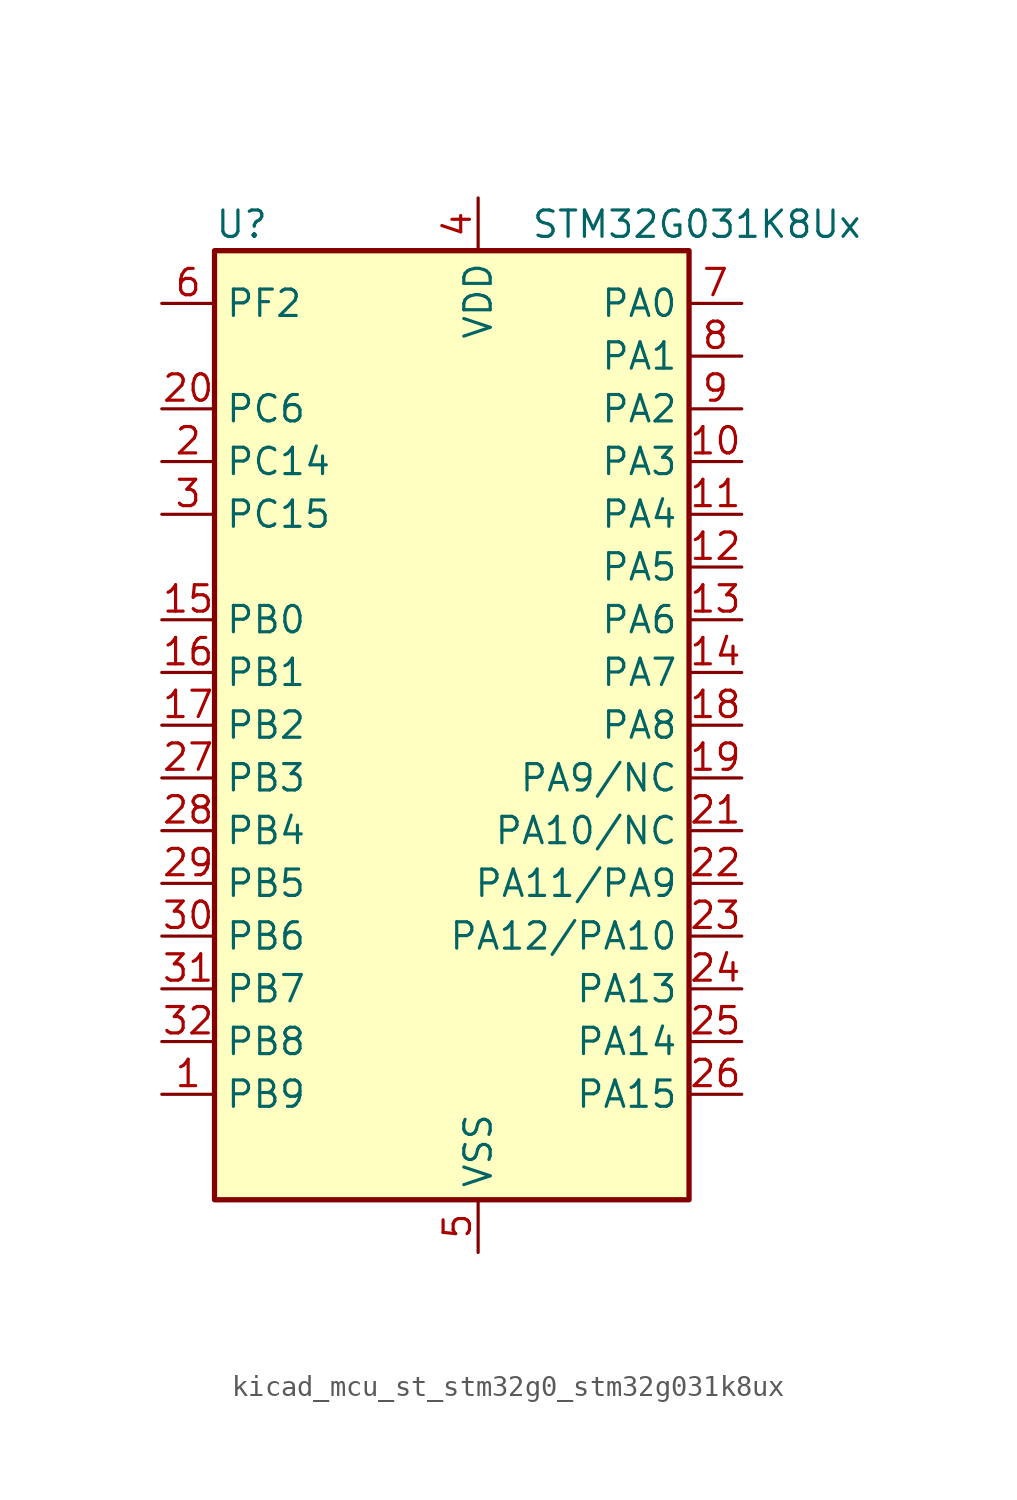
<source format=kicad_sym>
(kicad_symbol_lib
  (version 20220914)
  (generator kicad_symbol_editor)
  (symbol "kicad_mcu_st_stm32g0_stm32g031k8ux"
    (property "Reference" "U"
      (at -10.16 24.13 0)
      (effects (font (size 1.27 1.27)) (justify left)))
    (property "Value" "STM32G031K8Ux"
      (at 5.08 24.13 0)
      (effects (font (size 1.27 1.27)) (justify left)))
    (property "ki_locked" ""
      (at 0 0 0)
      (effects (font (size 1.27 1.27))))
    (symbol "kicad_mcu_st_stm32g0_stm32g031k8ux_0_1"
      (rectangle (start -10.16 -22.86) (end 12.7 22.86) (stroke (width 0.254) (type default)) (fill (type background))))
    (symbol "kicad_mcu_st_stm32g0_stm32g031k8ux_1_1"
      (pin bidirectional line (at -12.7 -17.78 0) (length 2.54) (name "PB9" (effects (font (size 1.27 1.27)))) (number "1" (effects (font (size 1.27 1.27)))) (alternate "I2C1_SDA" bidirectional line) (alternate "IR_OUT" bidirectional line) (alternate "SPI2_NSS" bidirectional line) (alternate "TIM17_CH1" bidirectional line))
      (pin bidirectional line (at 15.24 12.7 180) (length 2.54) (name "PA3" (effects (font (size 1.27 1.27)))) (number "10" (effects (font (size 1.27 1.27)))) (alternate "ADC1_IN3" bidirectional line) (alternate "LPUART1_RX" bidirectional line) (alternate "SPI2_MISO" bidirectional line) (alternate "TIM2_CH4" bidirectional line) (alternate "USART2_RX" bidirectional line))
      (pin bidirectional line (at 15.24 10.16 180) (length 2.54) (name "PA4" (effects (font (size 1.27 1.27)))) (number "11" (effects (font (size 1.27 1.27)))) (alternate "ADC1_IN4" bidirectional line) (alternate "I2S1_WS" bidirectional line) (alternate "LPTIM2_OUT" bidirectional line) (alternate "RTC_OUT_ALARM" bidirectional line) (alternate "RTC_OUT_CALIB" bidirectional line) (alternate "RTC_TAMP_IN1" bidirectional line) (alternate "RTC_TS" bidirectional line) (alternate "SPI1_NSS" bidirectional line) (alternate "SPI2_MOSI" bidirectional line) (alternate "SYS_WKUP2" bidirectional line) (alternate "TIM14_CH1" bidirectional line))
      (pin bidirectional line (at 15.24 7.62 180) (length 2.54) (name "PA5" (effects (font (size 1.27 1.27)))) (number "12" (effects (font (size 1.27 1.27)))) (alternate "ADC1_IN5" bidirectional line) (alternate "I2S1_CK" bidirectional line) (alternate "LPTIM2_ETR" bidirectional line) (alternate "SPI1_SCK" bidirectional line) (alternate "TIM2_CH1" bidirectional line) (alternate "TIM2_ETR" bidirectional line))
      (pin bidirectional line (at 15.24 5.08 180) (length 2.54) (name "PA6" (effects (font (size 1.27 1.27)))) (number "13" (effects (font (size 1.27 1.27)))) (alternate "ADC1_IN6" bidirectional line) (alternate "I2S1_MCK" bidirectional line) (alternate "LPUART1_CTS" bidirectional line) (alternate "SPI1_MISO" bidirectional line) (alternate "TIM16_CH1" bidirectional line) (alternate "TIM1_BK" bidirectional line) (alternate "TIM3_CH1" bidirectional line))
      (pin bidirectional line (at 15.24 2.54 180) (length 2.54) (name "PA7" (effects (font (size 1.27 1.27)))) (number "14" (effects (font (size 1.27 1.27)))) (alternate "ADC1_IN7" bidirectional line) (alternate "I2S1_SD" bidirectional line) (alternate "SPI1_MOSI" bidirectional line) (alternate "TIM14_CH1" bidirectional line) (alternate "TIM17_CH1" bidirectional line) (alternate "TIM1_CH1N" bidirectional line) (alternate "TIM3_CH2" bidirectional line))
      (pin bidirectional line (at -12.7 5.08 0) (length 2.54) (name "PB0" (effects (font (size 1.27 1.27)))) (number "15" (effects (font (size 1.27 1.27)))) (alternate "ADC1_IN8" bidirectional line) (alternate "I2S1_WS" bidirectional line) (alternate "LPTIM1_OUT" bidirectional line) (alternate "SPI1_NSS" bidirectional line) (alternate "TIM1_CH2N" bidirectional line) (alternate "TIM3_CH3" bidirectional line))
      (pin bidirectional line (at -12.7 2.54 0) (length 2.54) (name "PB1" (effects (font (size 1.27 1.27)))) (number "16" (effects (font (size 1.27 1.27)))) (alternate "ADC1_IN9" bidirectional line) (alternate "LPTIM2_IN1" bidirectional line) (alternate "LPUART1_DE" bidirectional line) (alternate "LPUART1_RTS" bidirectional line) (alternate "TIM14_CH1" bidirectional line) (alternate "TIM1_CH3N" bidirectional line) (alternate "TIM3_CH4" bidirectional line))
      (pin bidirectional line (at -12.7 0 0) (length 2.54) (name "PB2" (effects (font (size 1.27 1.27)))) (number "17" (effects (font (size 1.27 1.27)))) (alternate "ADC1_IN10" bidirectional line) (alternate "LPTIM1_OUT" bidirectional line) (alternate "SPI2_MISO" bidirectional line))
      (pin bidirectional line (at 15.24 0 180) (length 2.54) (name "PA8" (effects (font (size 1.27 1.27)))) (number "18" (effects (font (size 1.27 1.27)))) (alternate "LPTIM2_OUT" bidirectional line) (alternate "RCC_MCO" bidirectional line) (alternate "SPI2_NSS" bidirectional line) (alternate "TIM1_CH1" bidirectional line))
      (pin bidirectional line (at 15.24 -2.54 180) (length 2.54) (name "PA9/NC" (effects (font (size 1.27 1.27)))) (number "19" (effects (font (size 1.27 1.27)))) (alternate "I2C1_SCL" bidirectional line) (alternate "RCC_MCO" bidirectional line) (alternate "SPI2_MISO" bidirectional line) (alternate "TIM1_CH2" bidirectional line) (alternate "USART1_TX" bidirectional line))
      (pin bidirectional line (at -12.7 12.7 0) (length 2.54) (name "PC14" (effects (font (size 1.27 1.27)))) (number "2" (effects (font (size 1.27 1.27)))) (alternate "RCC_OSC32_IN" bidirectional line) (alternate "RCC_OSC_IN" bidirectional line) (alternate "TIM1_BK2" bidirectional line))
      (pin bidirectional line (at -12.7 15.24 0) (length 2.54) (name "PC6" (effects (font (size 1.27 1.27)))) (number "20" (effects (font (size 1.27 1.27)))) (alternate "TIM2_CH3" bidirectional line) (alternate "TIM3_CH1" bidirectional line))
      (pin bidirectional line (at 15.24 -5.08 180) (length 2.54) (name "PA10/NC" (effects (font (size 1.27 1.27)))) (number "21" (effects (font (size 1.27 1.27)))) (alternate "I2C1_SDA" bidirectional line) (alternate "SPI2_MOSI" bidirectional line) (alternate "TIM17_BK" bidirectional line) (alternate "TIM1_CH3" bidirectional line) (alternate "USART1_RX" bidirectional line))
      (pin bidirectional line (at 15.24 -7.62 180) (length 2.54) (name "PA11/PA9" (effects (font (size 1.27 1.27)))) (number "22" (effects (font (size 1.27 1.27)))) (alternate "ADC1_EXTI11" bidirectional line) (alternate "ADC1_IN15" bidirectional line) (alternate "I2C2_SCL" bidirectional line) (alternate "I2S1_MCK" bidirectional line) (alternate "SPI1_MISO" bidirectional line) (alternate "TIM1_BK2" bidirectional line) (alternate "TIM1_CH4" bidirectional line) (alternate "USART1_CTS" bidirectional line) (alternate "USART1_NSS" bidirectional line))
      (pin bidirectional line (at 15.24 -10.16 180) (length 2.54) (name "PA12/PA10" (effects (font (size 1.27 1.27)))) (number "23" (effects (font (size 1.27 1.27)))) (alternate "ADC1_IN16" bidirectional line) (alternate "I2C2_SDA" bidirectional line) (alternate "I2S1_SD" bidirectional line) (alternate "I2S_CKIN" bidirectional line) (alternate "SPI1_MOSI" bidirectional line) (alternate "TIM1_ETR" bidirectional line) (alternate "USART1_CK" bidirectional line) (alternate "USART1_DE" bidirectional line) (alternate "USART1_RTS" bidirectional line))
      (pin bidirectional line (at 15.24 -12.7 180) (length 2.54) (name "PA13" (effects (font (size 1.27 1.27)))) (number "24" (effects (font (size 1.27 1.27)))) (alternate "ADC1_IN17" bidirectional line) (alternate "IR_OUT" bidirectional line) (alternate "SYS_SWDIO" bidirectional line))
      (pin bidirectional line (at 15.24 -15.24 180) (length 2.54) (name "PA14" (effects (font (size 1.27 1.27)))) (number "25" (effects (font (size 1.27 1.27)))) (alternate "ADC1_IN18" bidirectional line) (alternate "SYS_SWCLK" bidirectional line) (alternate "USART2_TX" bidirectional line))
      (pin bidirectional line (at 15.24 -17.78 180) (length 2.54) (name "PA15" (effects (font (size 1.27 1.27)))) (number "26" (effects (font (size 1.27 1.27)))) (alternate "I2S1_WS" bidirectional line) (alternate "SPI1_NSS" bidirectional line) (alternate "TIM2_CH1" bidirectional line) (alternate "TIM2_ETR" bidirectional line) (alternate "USART2_RX" bidirectional line))
      (pin bidirectional line (at -12.7 -2.54 0) (length 2.54) (name "PB3" (effects (font (size 1.27 1.27)))) (number "27" (effects (font (size 1.27 1.27)))) (alternate "I2S1_CK" bidirectional line) (alternate "SPI1_SCK" bidirectional line) (alternate "TIM1_CH2" bidirectional line) (alternate "TIM2_CH2" bidirectional line) (alternate "USART1_CK" bidirectional line) (alternate "USART1_DE" bidirectional line) (alternate "USART1_RTS" bidirectional line))
      (pin bidirectional line (at -12.7 -5.08 0) (length 2.54) (name "PB4" (effects (font (size 1.27 1.27)))) (number "28" (effects (font (size 1.27 1.27)))) (alternate "I2S1_MCK" bidirectional line) (alternate "SPI1_MISO" bidirectional line) (alternate "TIM17_BK" bidirectional line) (alternate "TIM3_CH1" bidirectional line) (alternate "USART1_CTS" bidirectional line) (alternate "USART1_NSS" bidirectional line))
      (pin bidirectional line (at -12.7 -7.62 0) (length 2.54) (name "PB5" (effects (font (size 1.27 1.27)))) (number "29" (effects (font (size 1.27 1.27)))) (alternate "I2C1_SMBA" bidirectional line) (alternate "I2S1_SD" bidirectional line) (alternate "LPTIM1_IN1" bidirectional line) (alternate "SPI1_MOSI" bidirectional line) (alternate "SYS_WKUP6" bidirectional line) (alternate "TIM16_BK" bidirectional line) (alternate "TIM3_CH2" bidirectional line))
      (pin bidirectional line (at -12.7 10.16 0) (length 2.54) (name "PC15" (effects (font (size 1.27 1.27)))) (number "3" (effects (font (size 1.27 1.27)))) (alternate "RCC_OSC32_EN" bidirectional line) (alternate "RCC_OSC32_OUT" bidirectional line) (alternate "RCC_OSC_EN" bidirectional line))
      (pin bidirectional line (at -12.7 -10.16 0) (length 2.54) (name "PB6" (effects (font (size 1.27 1.27)))) (number "30" (effects (font (size 1.27 1.27)))) (alternate "I2C1_SCL" bidirectional line) (alternate "LPTIM1_ETR" bidirectional line) (alternate "SPI2_MISO" bidirectional line) (alternate "TIM16_CH1N" bidirectional line) (alternate "TIM1_CH3" bidirectional line) (alternate "USART1_TX" bidirectional line))
      (pin bidirectional line (at -12.7 -12.7 0) (length 2.54) (name "PB7" (effects (font (size 1.27 1.27)))) (number "31" (effects (font (size 1.27 1.27)))) (alternate "ADC1_IN11" bidirectional line) (alternate "I2C1_SDA" bidirectional line) (alternate "LPTIM1_IN2" bidirectional line) (alternate "SPI2_MOSI" bidirectional line) (alternate "SYS_PVD_IN" bidirectional line) (alternate "TIM17_CH1N" bidirectional line) (alternate "USART1_RX" bidirectional line))
      (pin bidirectional line (at -12.7 -15.24 0) (length 2.54) (name "PB8" (effects (font (size 1.27 1.27)))) (number "32" (effects (font (size 1.27 1.27)))) (alternate "I2C1_SCL" bidirectional line) (alternate "SPI2_SCK" bidirectional line) (alternate "TIM16_CH1" bidirectional line))
      (pin passive line (at 2.54 -25.4 90) (length 2.54) hide (name "VSS" (effects (font (size 1.27 1.27)))) (number "33" (effects (font (size 1.27 1.27)))))
      (pin power_in line (at 2.54 25.4 270) (length 2.54) (name "VDD" (effects (font (size 1.27 1.27)))) (number "4" (effects (font (size 1.27 1.27)))))
      (pin power_in line (at 2.54 -25.4 90) (length 2.54) (name "VSS" (effects (font (size 1.27 1.27)))) (number "5" (effects (font (size 1.27 1.27)))))
      (pin bidirectional line (at -12.7 20.32 0) (length 2.54) (name "PF2" (effects (font (size 1.27 1.27)))) (number "6" (effects (font (size 1.27 1.27)))) (alternate "RCC_MCO" bidirectional line))
      (pin bidirectional line (at 15.24 20.32 180) (length 2.54) (name "PA0" (effects (font (size 1.27 1.27)))) (number "7" (effects (font (size 1.27 1.27)))) (alternate "ADC1_IN0" bidirectional line) (alternate "LPTIM1_OUT" bidirectional line) (alternate "RTC_TAMP_IN2" bidirectional line) (alternate "SPI2_SCK" bidirectional line) (alternate "SYS_WKUP1" bidirectional line) (alternate "TIM2_CH1" bidirectional line) (alternate "TIM2_ETR" bidirectional line) (alternate "USART2_CTS" bidirectional line) (alternate "USART2_NSS" bidirectional line))
      (pin bidirectional line (at 15.24 17.78 180) (length 2.54) (name "PA1" (effects (font (size 1.27 1.27)))) (number "8" (effects (font (size 1.27 1.27)))) (alternate "ADC1_IN1" bidirectional line) (alternate "I2C1_SMBA" bidirectional line) (alternate "I2S1_CK" bidirectional line) (alternate "SPI1_SCK" bidirectional line) (alternate "TIM2_CH2" bidirectional line) (alternate "USART2_CK" bidirectional line) (alternate "USART2_DE" bidirectional line) (alternate "USART2_RTS" bidirectional line))
      (pin bidirectional line (at 15.24 15.24 180) (length 2.54) (name "PA2" (effects (font (size 1.27 1.27)))) (number "9" (effects (font (size 1.27 1.27)))) (alternate "ADC1_IN2" bidirectional line) (alternate "I2S1_SD" bidirectional line) (alternate "LPUART1_TX" bidirectional line) (alternate "RCC_LSCO" bidirectional line) (alternate "SPI1_MOSI" bidirectional line) (alternate "SYS_WKUP4" bidirectional line) (alternate "TIM2_CH3" bidirectional line) (alternate "USART2_TX" bidirectional line)))))
</source>
